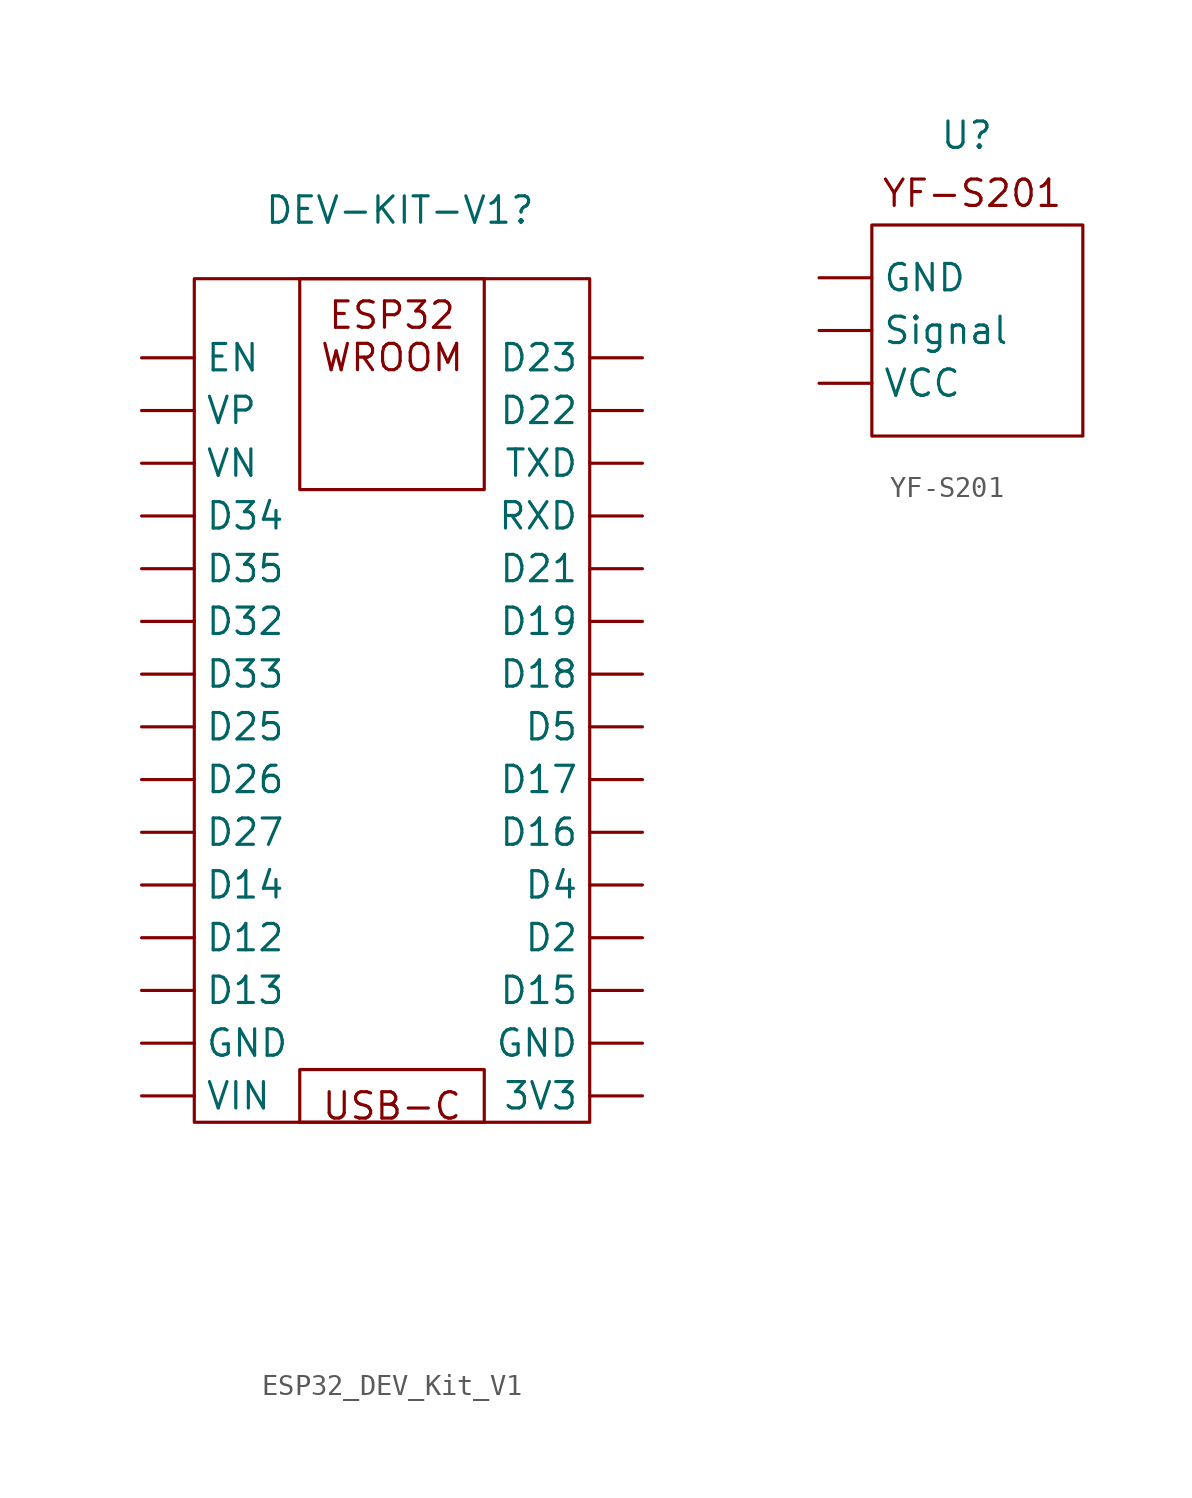
<source format=kicad_sym>
(kicad_symbol_lib
  (version 20241209)
  (generator "kicad_symbol_editor")
  (generator_version "9.0")
  (symbol "ESP32_DEV_Kit_V1"
    (property "Reference" "DEV-KIT-V1"
      (at 4.826 50.292 0)
      (effects (font (size 1.27 1.27))))
    (property "Value" ""
      (at 0 0 0)
      (effects (font (size 1.27 1.27))))
    (symbol "ESP32_DEV_Kit_V1_0_1"
      (rectangle (start -5.08 46.99) (end 13.97 6.35) (stroke (width 0) (type default)) (fill (type none))))
    (symbol "ESP32_DEV_Kit_V1_1_1"
      (text_box "USB-C\n" (at 0 8.89 0) (size 8.89 -2.54) (margins 1.016 1.016 1.016 1.016) (stroke (width 0) (type solid)) (fill (type none)) (effects (font (size 1.27 1.27)) (justify left top)))
      (text_box "ESP32 WROOM \n" (at 8.89 46.99 0) (size -8.89 -10.16) (margins 1.016 1.016 1.016 1.016) (stroke (width 0) (type solid)) (fill (type none)) (effects (font (size 1.27 1.27)) (justify top)))
      (pin input line (at -7.62 43.18 0) (length 2.54) (name "EN" (effects (font (size 1.27 1.27)))) (number "" (effects (font (size 1.27 1.27)))))
      (pin input line (at -7.62 40.64 0) (length 2.54) (name "VP" (effects (font (size 1.27 1.27)))) (number "" (effects (font (size 1.27 1.27)))))
      (pin input line (at -7.62 38.1 0) (length 2.54) (name "VN" (effects (font (size 1.27 1.27)))) (number "" (effects (font (size 1.27 1.27)))))
      (pin input line (at -7.62 35.56 0) (length 2.54) (name "D34" (effects (font (size 1.27 1.27)))) (number "" (effects (font (size 1.27 1.27)))))
      (pin input line (at -7.62 33.02 0) (length 2.54) (name "D35" (effects (font (size 1.27 1.27)))) (number "" (effects (font (size 1.27 1.27)))))
      (pin bidirectional line (at -7.62 30.48 0) (length 2.54) (name "D32" (effects (font (size 1.27 1.27)))) (number "" (effects (font (size 1.27 1.27)))))
      (pin bidirectional line (at -7.62 27.94 0) (length 2.54) (name "D33" (effects (font (size 1.27 1.27)))) (number "" (effects (font (size 1.27 1.27)))))
      (pin bidirectional line (at -7.62 25.4 0) (length 2.54) (name "D25" (effects (font (size 1.27 1.27)))) (number "" (effects (font (size 1.27 1.27)))))
      (pin bidirectional line (at -7.62 22.86 0) (length 2.54) (name "D26" (effects (font (size 1.27 1.27)))) (number "" (effects (font (size 1.27 1.27)))))
      (pin bidirectional line (at -7.62 20.32 0) (length 2.54) (name "D27" (effects (font (size 1.27 1.27)))) (number "" (effects (font (size 1.27 1.27)))))
      (pin bidirectional line (at -7.62 17.78 0) (length 2.54) (name "D14" (effects (font (size 1.27 1.27)))) (number "" (effects (font (size 1.27 1.27)))))
      (pin bidirectional line (at -7.62 15.24 0) (length 2.54) (name "D12" (effects (font (size 1.27 1.27)))) (number "" (effects (font (size 1.27 1.27)))))
      (pin bidirectional line (at -7.62 12.7 0) (length 2.54) (name "D13" (effects (font (size 1.27 1.27)))) (number "" (effects (font (size 1.27 1.27)))))
      (pin power_in line (at -7.62 10.16 0) (length 2.54) (name "GND" (effects (font (size 1.27 1.27)))) (number "" (effects (font (size 1.27 1.27)))))
      (pin power_in line (at -7.62 7.62 0) (length 2.54) (name "VIN" (effects (font (size 1.27 1.27)))) (number "" (effects (font (size 1.27 1.27)))))
      (pin bidirectional line (at 16.51 43.18 180) (length 2.54) (name "D23" (effects (font (size 1.27 1.27)))) (number "" (effects (font (size 1.27 1.27)))))
      (pin bidirectional line (at 16.51 40.64 180) (length 2.54) (name "D22" (effects (font (size 1.27 1.27)))) (number "" (effects (font (size 1.27 1.27)))))
      (pin bidirectional line (at 16.51 38.1 180) (length 2.54) (name "TXD" (effects (font (size 1.27 1.27)))) (number "" (effects (font (size 1.27 1.27)))))
      (pin bidirectional line (at 16.51 35.56 180) (length 2.54) (name "RXD" (effects (font (size 1.27 1.27)))) (number "" (effects (font (size 1.27 1.27)))))
      (pin bidirectional line (at 16.51 33.02 180) (length 2.54) (name "D21" (effects (font (size 1.27 1.27)))) (number "" (effects (font (size 1.27 1.27)))))
      (pin bidirectional line (at 16.51 30.48 180) (length 2.54) (name "D19" (effects (font (size 1.27 1.27)))) (number "" (effects (font (size 1.27 1.27)))))
      (pin bidirectional line (at 16.51 27.94 180) (length 2.54) (name "D18" (effects (font (size 1.27 1.27)))) (number "" (effects (font (size 1.27 1.27)))))
      (pin bidirectional line (at 16.51 25.4 180) (length 2.54) (name "D5" (effects (font (size 1.27 1.27)))) (number "" (effects (font (size 1.27 1.27)))))
      (pin bidirectional line (at 16.51 22.86 180) (length 2.54) (name "D17" (effects (font (size 1.27 1.27)))) (number "" (effects (font (size 1.27 1.27)))))
      (pin bidirectional line (at 16.51 20.32 180) (length 2.54) (name "D16" (effects (font (size 1.27 1.27)))) (number "" (effects (font (size 1.27 1.27)))))
      (pin bidirectional line (at 16.51 17.78 180) (length 2.54) (name "D4" (effects (font (size 1.27 1.27)))) (number "" (effects (font (size 1.27 1.27)))))
      (pin bidirectional line (at 16.51 15.24 180) (length 2.54) (name "D2" (effects (font (size 1.27 1.27)))) (number "" (effects (font (size 1.27 1.27)))))
      (pin bidirectional line (at 16.51 12.7 180) (length 2.54) (name "D15" (effects (font (size 1.27 1.27)))) (number "" (effects (font (size 1.27 1.27)))))
      (pin power_in line (at 16.51 10.16 180) (length 2.54) (name "GND" (effects (font (size 1.27 1.27)))) (number "" (effects (font (size 1.27 1.27)))))
      (pin power_in line (at 16.51 7.62 180) (length 2.54) (name "3V3" (effects (font (size 1.27 1.27)))) (number "" (effects (font (size 1.27 1.27)))))))
  (symbol "YF-S201"
    (property "Reference" "U"
      (at 3.302 8.128 0)
      (effects (font (size 1.27 1.27))))
    (property "Value" ""
      (at 0 0 0)
      (effects (font (size 1.27 1.27))))
    (symbol "YF-S201_0_1"
      (rectangle (start -1.27 3.81) (end 8.89 -6.35) (stroke (width 0) (type default)) (fill (type none))))
    (symbol "YF-S201_1_1"
      (text "YF-S201" (at 3.556 5.334 0) (effects (font (size 1.27 1.27))))
      (pin power_in line (at -3.81 1.27 0) (length 2.54) (name "GND" (effects (font (size 1.27 1.27)))) (number "" (effects (font (size 1.27 1.27)))))
      (pin output line (at -3.81 -1.27 0) (length 2.54) (name "Signal" (effects (font (size 1.27 1.27)))) (number "" (effects (font (size 1.27 1.27)))))
      (pin power_in line (at -3.81 -3.81 0) (length 2.54) (name "VCC" (effects (font (size 1.27 1.27)))) (number "" (effects (font (size 1.27 1.27))))))))
</source>
